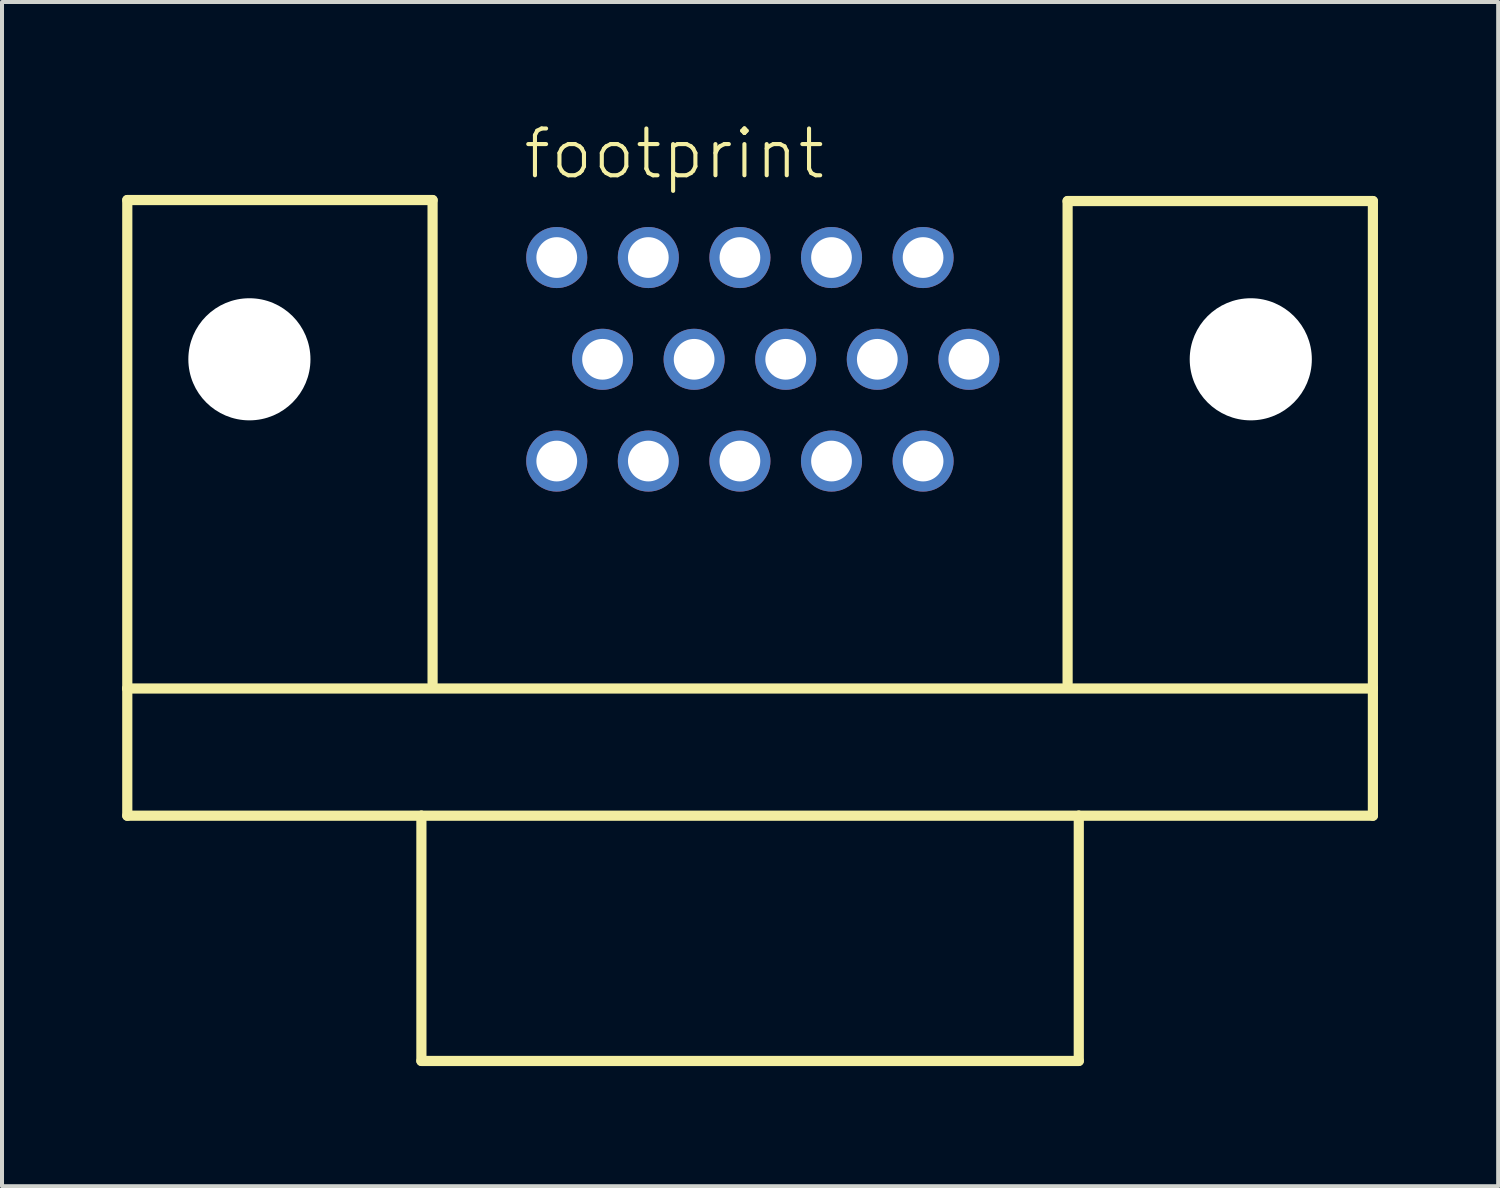
<source format=kicad_pcb>
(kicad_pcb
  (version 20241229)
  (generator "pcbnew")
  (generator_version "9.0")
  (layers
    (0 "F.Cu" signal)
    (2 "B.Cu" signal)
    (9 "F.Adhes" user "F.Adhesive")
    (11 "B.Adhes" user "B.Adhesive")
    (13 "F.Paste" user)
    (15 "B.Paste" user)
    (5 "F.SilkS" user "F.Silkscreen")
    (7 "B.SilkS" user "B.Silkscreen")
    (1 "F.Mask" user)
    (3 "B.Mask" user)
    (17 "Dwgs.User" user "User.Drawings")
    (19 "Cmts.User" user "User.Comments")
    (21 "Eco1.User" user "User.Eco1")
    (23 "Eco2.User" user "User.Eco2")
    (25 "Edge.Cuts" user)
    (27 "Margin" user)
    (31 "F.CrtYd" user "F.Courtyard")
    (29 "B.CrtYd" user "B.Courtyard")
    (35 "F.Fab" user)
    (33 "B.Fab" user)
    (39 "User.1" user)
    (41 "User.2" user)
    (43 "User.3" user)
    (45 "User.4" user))
  (footprint "footprint"
    (layer "F.Cu")
    (at 15.672 5.918)
    (property "Reference" "footprint" (at -5.715 -4.445 0) (layer "F.SilkS") (effects (font (size 1.168 1.168) (thickness 0.102)) (justify left bottom)))
    (fp_line (start -15.545 -3.975) (end -7.925 -3.975) (stroke (width 0.254) (type solid)) (layer "F.SilkS"))
    (fp_line (start -15.545 8.217) (end -15.545 -3.975) (stroke (width 0.254) (type solid)) (layer "F.SilkS"))
    (fp_line (start -15.545 8.217) (end 15.545 8.217) (stroke (width 0.254) (type solid)) (layer "F.SilkS"))
    (fp_line (start -15.545 11.392) (end -15.545 8.217) (stroke (width 0.254) (type solid)) (layer "F.SilkS"))
    (fp_line (start -8.204 11.392) (end -15.545 11.392) (stroke (width 0.254) (type solid)) (layer "F.SilkS"))
    (fp_line (start -8.204 11.392) (end 8.204 11.392) (stroke (width 0.254) (type solid)) (layer "F.SilkS"))
    (fp_line (start -8.204 17.513) (end -8.204 11.392) (stroke (width 0.254) (type solid)) (layer "F.SilkS"))
    (fp_line (start -7.925 -3.975) (end -7.925 8.077) (stroke (width 0.254) (type solid)) (layer "F.SilkS"))
    (fp_line (start 7.925 -3.95) (end 7.925 8.077) (stroke (width 0.254) (type solid)) (layer "F.SilkS"))
    (fp_line (start 8.204 11.392) (end 8.204 17.513) (stroke (width 0.254) (type solid)) (layer "F.SilkS"))
    (fp_line (start 8.204 17.513) (end -8.204 17.513) (stroke (width 0.254) (type solid)) (layer "F.SilkS"))
    (fp_line (start 15.545 -3.95) (end 7.925 -3.95) (stroke (width 0.254) (type solid)) (layer "F.SilkS"))
    (fp_line (start 15.545 -3.95) (end 15.545 8.217) (stroke (width 0.254) (type solid)) (layer "F.SilkS"))
    (fp_line (start 15.545 8.217) (end 15.545 11.392) (stroke (width 0.254) (type solid)) (layer "F.SilkS"))
    (fp_line (start 15.545 11.392) (end 8.204 11.392) (stroke (width 0.254) (type solid)) (layer "F.SilkS"))
    (pad "" np_thru_hole circle (at -12.497 0) (size 3.048 3.048) (drill 3.048) (layers "*.Cu" "*.Mask"))
    (pad "" np_thru_hole circle (at 12.497 0) (size 3.048 3.048) (drill 3.048) (layers "*.Cu" "*.Mask"))
    (pad "1" thru_hole circle (at 4.318 -2.54) (size 1.524 1.524) (drill 1.016) (layers "*.Cu" "*.Mask"))
    (pad "2" thru_hole circle (at 2.032 -2.54) (size 1.524 1.524) (drill 1.016) (layers "*.Cu" "*.Mask"))
    (pad "3" thru_hole circle (at -0.254 -2.54) (size 1.524 1.524) (drill 1.016) (layers "*.Cu" "*.Mask"))
    (pad "4" thru_hole circle (at -2.54 -2.54) (size 1.524 1.524) (drill 1.016) (layers "*.Cu" "*.Mask"))
    (pad "5" thru_hole circle (at -4.826 -2.54) (size 1.524 1.524) (drill 1.016) (layers "*.Cu" "*.Mask"))
    (pad "6" thru_hole circle (at 5.461 0) (size 1.524 1.524) (drill 1.016) (layers "*.Cu" "*.Mask"))
    (pad "7" thru_hole circle (at 3.175 0) (size 1.524 1.524) (drill 1.016) (layers "*.Cu" "*.Mask"))
    (pad "8" thru_hole circle (at 0.889 0) (size 1.524 1.524) (drill 1.016) (layers "*.Cu" "*.Mask"))
    (pad "9" thru_hole circle (at -1.397 0) (size 1.524 1.524) (drill 1.016) (layers "*.Cu" "*.Mask"))
    (pad "10" thru_hole circle (at -3.683 0) (size 1.524 1.524) (drill 1.016) (layers "*.Cu" "*.Mask"))
    (pad "11" thru_hole circle (at 4.318 2.54) (size 1.524 1.524) (drill 1.016) (layers "*.Cu" "*.Mask"))
    (pad "12" thru_hole circle (at 2.032 2.54) (size 1.524 1.524) (drill 1.016) (layers "*.Cu" "*.Mask"))
    (pad "13" thru_hole circle (at -0.254 2.54) (size 1.524 1.524) (drill 1.016) (layers "*.Cu" "*.Mask"))
    (pad "14" thru_hole circle (at -2.54 2.54) (size 1.524 1.524) (drill 1.016) (layers "*.Cu" "*.Mask"))
    (pad "15" thru_hole circle (at -4.826 2.54) (size 1.524 1.524) (drill 1.016) (layers "*.Cu" "*.Mask")))
  (gr_rect
    (start -3 -3)
    (end 34.344 26.558)
    (stroke (width 0.1) (type default))
    (fill no)
    (layer "Edge.Cuts")))
</source>
